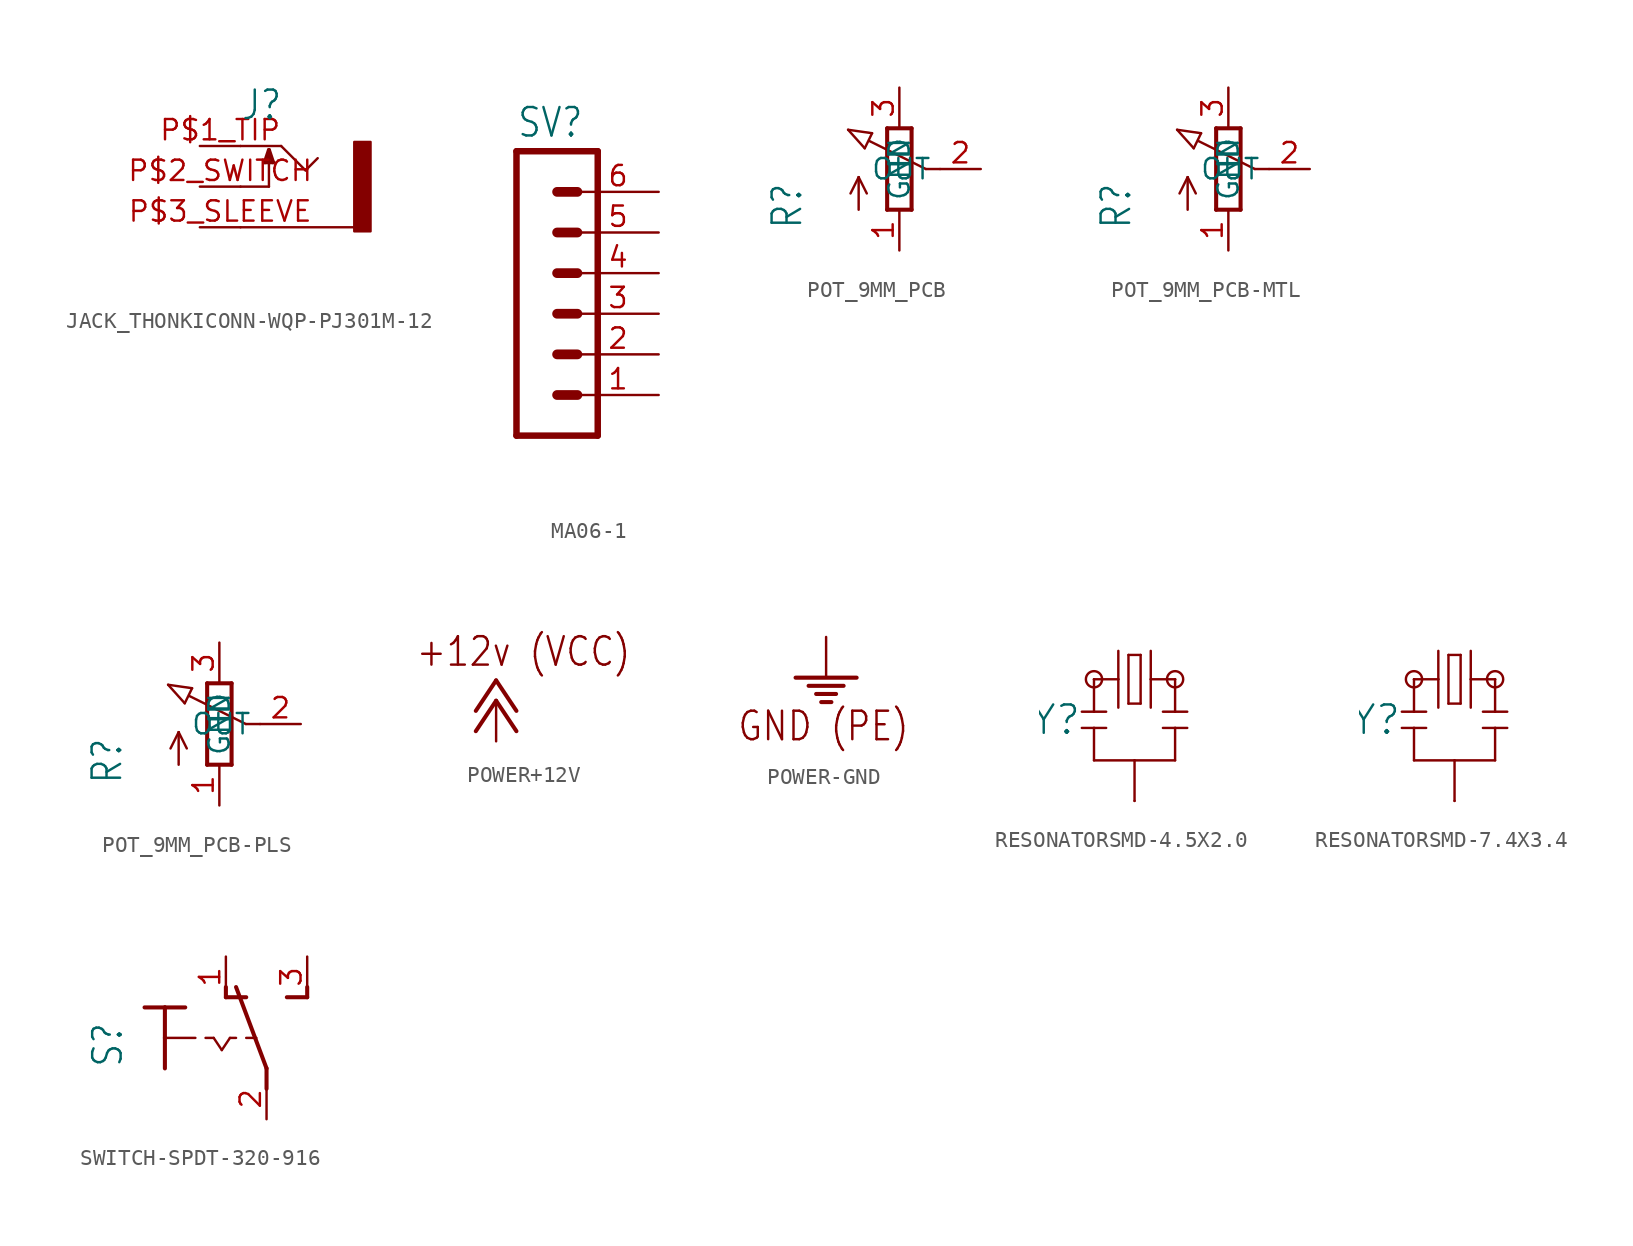
<source format=kicad_sym>
(kicad_symbol_lib
  (version 20231120)
  (generator "kicad_symbol_editor")
  (generator_version "8.0")
  (symbol "JACK_THONKICONN-WQP-PJ301M-12"
    (property "Reference" "J"
      (at -2.54 4.064 0)
      (effects (font (size 1.778 1.511)) (justify left bottom)))
    (property "Value" ""
      (at -2.54 -6.096 0)
      (effects (font (size 1.778 1.511)) (justify left bottom)))
    (property "ki_locked" ""
      (at 0 0 0)
      (effects (font (size 1.27 1.27))))
    (symbol "JACK_THONKICONN-WQP-PJ301M-12_1_0"
      (polyline (pts (xy -2.54 -2.54) (xy 4.572 -2.54)) (stroke (width 0.152) (type solid)) (fill (type none)))
      (polyline (pts (xy -2.54 0) (xy -0.762 0)) (stroke (width 0.152) (type solid)) (fill (type none)))
      (polyline (pts (xy -2.54 2.54) (xy 0 2.54)) (stroke (width 0.152) (type solid)) (fill (type none)))
      (polyline (pts (xy -1.016 1.524) (xy -0.508 1.524)) (stroke (width 0.254) (type solid)) (fill (type none)))
      (polyline (pts (xy -0.762 0) (xy -0.762 2.286)) (stroke (width 0.152) (type solid)) (fill (type none)))
      (polyline (pts (xy -0.762 2.286) (xy -1.016 1.524)) (stroke (width 0.254) (type solid)) (fill (type none)))
      (polyline (pts (xy -0.508 1.524) (xy -0.762 2.286)) (stroke (width 0.254) (type solid)) (fill (type none)))
      (polyline (pts (xy 0 2.54) (xy 1.524 1.016)) (stroke (width 0.152) (type solid)) (fill (type none)))
      (polyline (pts (xy 1.524 1.016) (xy 2.286 1.778)) (stroke (width 0.152) (type solid)) (fill (type none)))
      (rectangle (start 4.572 2.794) (end 5.588 -2.794) (stroke (width 0) (type default)) (fill (type outline)))
      (pin passive line (at -5.08 2.54 0) (length 2.54) (name "2" (effects (font (size 0 0)))) (number "P$1_TIP" (effects (font (size 1.27 1.27)))))
      (pin passive line (at -5.08 0 0) (length 2.54) (name "3" (effects (font (size 0 0)))) (number "P$2_SWITCH" (effects (font (size 1.27 1.27)))))
      (pin passive line (at -5.08 -2.54 0) (length 2.54) (name "1" (effects (font (size 0 0)))) (number "P$3_SLEEVE" (effects (font (size 1.27 1.27)))))))
  (symbol "MA06-1"
    (property "Reference" "SV"
      (at -1.27 8.382 0)
      (effects (font (size 1.778 1.511)) (justify left bottom)))
    (property "Value" ""
      (at -1.27 -12.7 0)
      (effects (font (size 1.778 1.511)) (justify left bottom)))
    (property "ki_locked" ""
      (at 0 0 0)
      (effects (font (size 1.27 1.27))))
    (symbol "MA06-1_1_0"
      (polyline (pts (xy -1.27 7.62) (xy -1.27 -10.16)) (stroke (width 0.406) (type solid)) (fill (type none)))
      (polyline (pts (xy -1.27 7.62) (xy 3.81 7.62)) (stroke (width 0.406) (type solid)) (fill (type none)))
      (polyline (pts (xy 1.27 -7.62) (xy 2.54 -7.62)) (stroke (width 0.61) (type solid)) (fill (type none)))
      (polyline (pts (xy 1.27 -5.08) (xy 2.54 -5.08)) (stroke (width 0.61) (type solid)) (fill (type none)))
      (polyline (pts (xy 1.27 -2.54) (xy 2.54 -2.54)) (stroke (width 0.61) (type solid)) (fill (type none)))
      (polyline (pts (xy 1.27 0) (xy 2.54 0)) (stroke (width 0.61) (type solid)) (fill (type none)))
      (polyline (pts (xy 1.27 2.54) (xy 2.54 2.54)) (stroke (width 0.61) (type solid)) (fill (type none)))
      (polyline (pts (xy 1.27 5.08) (xy 2.54 5.08)) (stroke (width 0.61) (type solid)) (fill (type none)))
      (polyline (pts (xy 3.81 -10.16) (xy -1.27 -10.16)) (stroke (width 0.406) (type solid)) (fill (type none)))
      (polyline (pts (xy 3.81 -10.16) (xy 3.81 7.62)) (stroke (width 0.406) (type solid)) (fill (type none)))
      (pin passive line (at 7.62 -7.62 180) (length 5.08) (name "1" (effects (font (size 0 0)))) (number "1" (effects (font (size 1.27 1.27)))))
      (pin passive line (at 7.62 -5.08 180) (length 5.08) (name "2" (effects (font (size 0 0)))) (number "2" (effects (font (size 1.27 1.27)))))
      (pin passive line (at 7.62 -2.54 180) (length 5.08) (name "3" (effects (font (size 0 0)))) (number "3" (effects (font (size 1.27 1.27)))))
      (pin passive line (at 7.62 0 180) (length 5.08) (name "4" (effects (font (size 0 0)))) (number "4" (effects (font (size 1.27 1.27)))))
      (pin passive line (at 7.62 2.54 180) (length 5.08) (name "5" (effects (font (size 0 0)))) (number "5" (effects (font (size 1.27 1.27)))))
      (pin passive line (at 7.62 5.08 180) (length 5.08) (name "6" (effects (font (size 0 0)))) (number "6" (effects (font (size 1.27 1.27)))))))
  (symbol "POT_9MM_PCB"
    (property "Reference" "R"
      (at -5.969 -3.81 90)
      (effects (font (size 1.778 1.511)) (justify left bottom)))
    (property "Value" ""
      (at -3.81 -3.81 90)
      (effects (font (size 1.778 1.511)) (justify left bottom)))
    (property "ki_locked" ""
      (at 0 0 0)
      (effects (font (size 1.27 1.27))))
    (symbol "POT_9MM_PCB_1_0"
      (polyline (pts (xy -3.199 2.45) (xy -1.702 2.235)) (stroke (width 0.152) (type solid)) (fill (type none)))
      (polyline (pts (xy -2.54 -2.54) (xy -2.54 -0.508)) (stroke (width 0.152) (type solid)) (fill (type none)))
      (polyline (pts (xy -2.54 -0.508) (xy -3.048 -1.524)) (stroke (width 0.152) (type solid)) (fill (type none)))
      (polyline (pts (xy -2.54 -0.508) (xy -2.032 -1.524)) (stroke (width 0.152) (type solid)) (fill (type none)))
      (polyline (pts (xy -2.16 1.294) (xy -3.199 2.45)) (stroke (width 0.152) (type solid)) (fill (type none)))
      (polyline (pts (xy -2.16 1.294) (xy -1.702 2.235)) (stroke (width 0.152) (type solid)) (fill (type none)))
      (polyline (pts (xy -0.762 -2.54) (xy 0.762 -2.54)) (stroke (width 0.254) (type solid)) (fill (type none)))
      (polyline (pts (xy -0.762 2.54) (xy -0.762 -2.54)) (stroke (width 0.254) (type solid)) (fill (type none)))
      (polyline (pts (xy 0.762 -2.54) (xy 0.762 2.54)) (stroke (width 0.254) (type solid)) (fill (type none)))
      (polyline (pts (xy 0.762 2.54) (xy -0.762 2.54)) (stroke (width 0.254) (type solid)) (fill (type none)))
      (polyline (pts (xy 1.651 0) (xy -1.88 1.753)) (stroke (width 0.152) (type solid)) (fill (type none)))
      (polyline (pts (xy 2.54 0) (xy 1.651 0)) (stroke (width 0.152) (type solid)) (fill (type none)))
      (pin passive line (at 0 -5.08 90) (length 2.54) (name "GND" (effects (font (size 1.27 1.27)))) (number "1" (effects (font (size 1.27 1.27)))))
      (pin passive line (at 5.08 0 180) (length 2.54) (name "OUT" (effects (font (size 1.27 1.27)))) (number "2" (effects (font (size 1.27 1.27)))))
      (pin passive line (at 0 5.08 270) (length 2.54) (name "IN" (effects (font (size 1.27 1.27)))) (number "3" (effects (font (size 1.27 1.27)))))))
  (symbol "POT_9MM_PCB-MTL"
    (property "Reference" "R"
      (at -5.969 -3.81 90)
      (effects (font (size 1.778 1.511)) (justify left bottom)))
    (property "Value" ""
      (at -3.81 -3.81 90)
      (effects (font (size 1.778 1.511)) (justify left bottom)))
    (property "ki_locked" ""
      (at 0 0 0)
      (effects (font (size 1.27 1.27))))
    (symbol "POT_9MM_PCB-MTL_1_0"
      (polyline (pts (xy -3.199 2.45) (xy -1.702 2.235)) (stroke (width 0.152) (type solid)) (fill (type none)))
      (polyline (pts (xy -2.54 -2.54) (xy -2.54 -0.508)) (stroke (width 0.152) (type solid)) (fill (type none)))
      (polyline (pts (xy -2.54 -0.508) (xy -3.048 -1.524)) (stroke (width 0.152) (type solid)) (fill (type none)))
      (polyline (pts (xy -2.54 -0.508) (xy -2.032 -1.524)) (stroke (width 0.152) (type solid)) (fill (type none)))
      (polyline (pts (xy -2.16 1.294) (xy -3.199 2.45)) (stroke (width 0.152) (type solid)) (fill (type none)))
      (polyline (pts (xy -2.16 1.294) (xy -1.702 2.235)) (stroke (width 0.152) (type solid)) (fill (type none)))
      (polyline (pts (xy -0.762 -2.54) (xy 0.762 -2.54)) (stroke (width 0.254) (type solid)) (fill (type none)))
      (polyline (pts (xy -0.762 2.54) (xy -0.762 -2.54)) (stroke (width 0.254) (type solid)) (fill (type none)))
      (polyline (pts (xy 0.762 -2.54) (xy 0.762 2.54)) (stroke (width 0.254) (type solid)) (fill (type none)))
      (polyline (pts (xy 0.762 2.54) (xy -0.762 2.54)) (stroke (width 0.254) (type solid)) (fill (type none)))
      (polyline (pts (xy 1.651 0) (xy -1.88 1.753)) (stroke (width 0.152) (type solid)) (fill (type none)))
      (polyline (pts (xy 2.54 0) (xy 1.651 0)) (stroke (width 0.152) (type solid)) (fill (type none)))
      (pin passive line (at 0 -5.08 90) (length 2.54) (name "GND" (effects (font (size 1.27 1.27)))) (number "1" (effects (font (size 1.27 1.27)))))
      (pin passive line (at 5.08 0 180) (length 2.54) (name "OUT" (effects (font (size 1.27 1.27)))) (number "2" (effects (font (size 1.27 1.27)))))
      (pin passive line (at 0 5.08 270) (length 2.54) (name "IN" (effects (font (size 1.27 1.27)))) (number "3" (effects (font (size 1.27 1.27)))))))
  (symbol "POT_9MM_PCB-PLS"
    (property "Reference" "R"
      (at -5.969 -3.81 90)
      (effects (font (size 1.778 1.511)) (justify left bottom)))
    (property "Value" ""
      (at -3.81 -3.81 90)
      (effects (font (size 1.778 1.511)) (justify left bottom)))
    (property "ki_locked" ""
      (at 0 0 0)
      (effects (font (size 1.27 1.27))))
    (symbol "POT_9MM_PCB-PLS_1_0"
      (polyline (pts (xy -3.199 2.45) (xy -1.702 2.235)) (stroke (width 0.152) (type solid)) (fill (type none)))
      (polyline (pts (xy -2.54 -2.54) (xy -2.54 -0.508)) (stroke (width 0.152) (type solid)) (fill (type none)))
      (polyline (pts (xy -2.54 -0.508) (xy -3.048 -1.524)) (stroke (width 0.152) (type solid)) (fill (type none)))
      (polyline (pts (xy -2.54 -0.508) (xy -2.032 -1.524)) (stroke (width 0.152) (type solid)) (fill (type none)))
      (polyline (pts (xy -2.16 1.294) (xy -3.199 2.45)) (stroke (width 0.152) (type solid)) (fill (type none)))
      (polyline (pts (xy -2.16 1.294) (xy -1.702 2.235)) (stroke (width 0.152) (type solid)) (fill (type none)))
      (polyline (pts (xy -0.762 -2.54) (xy 0.762 -2.54)) (stroke (width 0.254) (type solid)) (fill (type none)))
      (polyline (pts (xy -0.762 2.54) (xy -0.762 -2.54)) (stroke (width 0.254) (type solid)) (fill (type none)))
      (polyline (pts (xy 0.762 -2.54) (xy 0.762 2.54)) (stroke (width 0.254) (type solid)) (fill (type none)))
      (polyline (pts (xy 0.762 2.54) (xy -0.762 2.54)) (stroke (width 0.254) (type solid)) (fill (type none)))
      (polyline (pts (xy 1.651 0) (xy -1.88 1.753)) (stroke (width 0.152) (type solid)) (fill (type none)))
      (polyline (pts (xy 2.54 0) (xy 1.651 0)) (stroke (width 0.152) (type solid)) (fill (type none)))
      (pin passive line (at 0 -5.08 90) (length 2.54) (name "GND" (effects (font (size 1.27 1.27)))) (number "1" (effects (font (size 1.27 1.27)))))
      (pin passive line (at 5.08 0 180) (length 2.54) (name "OUT" (effects (font (size 1.27 1.27)))) (number "2" (effects (font (size 1.27 1.27)))))
      (pin passive line (at 0 5.08 270) (length 2.54) (name "IN" (effects (font (size 1.27 1.27)))) (number "3" (effects (font (size 1.27 1.27)))))))
  (symbol "POWER+12V"
    (power)
    (property "Reference" "#P+"
      (at 0 0 0)
      (effects (font (size 1.27 1.27)) (hide yes)))
    (property "ki_locked" ""
      (at 0 0 0)
      (effects (font (size 1.27 1.27))))
    (symbol "POWER+12V_1_0"
      (polyline (pts (xy 0 0) (xy -1.27 -1.905)) (stroke (width 0.254) (type solid)) (fill (type none)))
      (polyline (pts (xy 0 1.27) (xy -1.27 -0.635)) (stroke (width 0.254) (type solid)) (fill (type none)))
      (polyline (pts (xy 1.27 -1.905) (xy 0 0)) (stroke (width 0.254) (type solid)) (fill (type none)))
      (polyline (pts (xy 1.27 -0.635) (xy 0 1.27)) (stroke (width 0.254) (type solid)) (fill (type none)))
      (text "+12v (VCC)" (at -5.08 2.032 0) (effects (font (size 1.778 1.511)) (justify left bottom)))
      (pin power_in line (at 0 -2.54 90) (length 2.54) (name "+12V" (effects (font (size 0 0)))) (number "1" (effects (font (size 0 0)))))))
  (symbol "POWER-GND"
    (power)
    (property "Reference" "#GND"
      (at 0 0 0)
      (effects (font (size 1.27 1.27)) (hide yes)))
    (property "ki_locked" ""
      (at 0 0 0)
      (effects (font (size 1.27 1.27))))
    (symbol "POWER-GND_1_0"
      (polyline (pts (xy -1.905 0) (xy 1.905 0)) (stroke (width 0.254) (type solid)) (fill (type none)))
      (polyline (pts (xy -1.092 -0.508) (xy 1.092 -0.508)) (stroke (width 0.254) (type solid)) (fill (type none)))
      (polyline (pts (xy -0.622 -1.016) (xy 0.622 -1.016)) (stroke (width 0.254) (type solid)) (fill (type none)))
      (polyline (pts (xy -0.305 -1.524) (xy 0.33 -1.524)) (stroke (width 0.254) (type solid)) (fill (type none)))
      (text "GND (PE)" (at -5.588 -4.064 0) (effects (font (size 1.778 1.511)) (justify left bottom)))
      (pin power_in line (at 0 2.54 270) (length 2.54) (name "PE" (effects (font (size 0 0)))) (number "1" (effects (font (size 0 0)))))))
  (symbol "RESONATORSMD-4.5X2.0"
    (property "Reference" "Y"
      (at -3.302 -2.54 0)
      (effects (font (size 1.778 1.778)) (justify right)))
    (property "Value" ""
      (at 0 2.032 0)
      (effects (font (size 1.778 1.778)) (justify bottom)))
    (property "ki_locked" ""
      (at 0 0 0)
      (effects (font (size 1.27 1.27))))
    (symbol "RESONATORSMD-4.5X2.0_1_0"
      (circle (center -2.54 0) (radius 0.508) (stroke (width 0) (type solid)) (fill (type none)))
      (polyline (pts (xy -2.54 -3.048) (xy -3.302 -3.048)) (stroke (width 0.152) (type solid)) (fill (type none)))
      (polyline (pts (xy -2.54 -3.048) (xy -2.54 -5.08)) (stroke (width 0.152) (type solid)) (fill (type none)))
      (polyline (pts (xy -2.54 -2.032) (xy -3.302 -2.032)) (stroke (width 0.152) (type solid)) (fill (type none)))
      (polyline (pts (xy -2.54 -2.032) (xy -2.54 0)) (stroke (width 0.152) (type solid)) (fill (type none)))
      (polyline (pts (xy -2.54 0) (xy -1.016 0)) (stroke (width 0.152) (type solid)) (fill (type none)))
      (polyline (pts (xy -1.778 -3.048) (xy -2.54 -3.048)) (stroke (width 0.152) (type solid)) (fill (type none)))
      (polyline (pts (xy -1.778 -2.032) (xy -2.54 -2.032)) (stroke (width 0.152) (type solid)) (fill (type none)))
      (polyline (pts (xy -1.016 0) (xy -1.016 -1.778)) (stroke (width 0.152) (type solid)) (fill (type none)))
      (polyline (pts (xy -1.016 1.778) (xy -1.016 0)) (stroke (width 0.152) (type solid)) (fill (type none)))
      (polyline (pts (xy -0.381 -1.524) (xy 0.381 -1.524)) (stroke (width 0.152) (type solid)) (fill (type none)))
      (polyline (pts (xy -0.381 1.524) (xy -0.381 -1.524)) (stroke (width 0.152) (type solid)) (fill (type none)))
      (polyline (pts (xy 0 -5.08) (xy -2.54 -5.08)) (stroke (width 0.152) (type solid)) (fill (type none)))
      (polyline (pts (xy 0 -5.08) (xy 0 -7.62)) (stroke (width 0.152) (type solid)) (fill (type none)))
      (polyline (pts (xy 0.381 -1.524) (xy 0.381 1.524)) (stroke (width 0.152) (type solid)) (fill (type none)))
      (polyline (pts (xy 0.381 1.524) (xy -0.381 1.524)) (stroke (width 0.152) (type solid)) (fill (type none)))
      (polyline (pts (xy 1.016 0) (xy 1.016 -1.778)) (stroke (width 0.152) (type solid)) (fill (type none)))
      (polyline (pts (xy 1.016 0) (xy 2.54 0)) (stroke (width 0.152) (type solid)) (fill (type none)))
      (polyline (pts (xy 1.016 1.778) (xy 1.016 0)) (stroke (width 0.152) (type solid)) (fill (type none)))
      (polyline (pts (xy 2.54 -5.08) (xy 0 -5.08)) (stroke (width 0.152) (type solid)) (fill (type none)))
      (polyline (pts (xy 2.54 -3.048) (xy 1.778 -3.048)) (stroke (width 0.152) (type solid)) (fill (type none)))
      (polyline (pts (xy 2.54 -3.048) (xy 2.54 -5.08)) (stroke (width 0.152) (type solid)) (fill (type none)))
      (polyline (pts (xy 2.54 -2.032) (xy 1.778 -2.032)) (stroke (width 0.152) (type solid)) (fill (type none)))
      (polyline (pts (xy 2.54 0) (xy 2.54 -2.032)) (stroke (width 0.152) (type solid)) (fill (type none)))
      (polyline (pts (xy 3.302 -3.048) (xy 2.54 -3.048)) (stroke (width 0.152) (type solid)) (fill (type none)))
      (polyline (pts (xy 3.302 -2.032) (xy 2.54 -2.032)) (stroke (width 0.152) (type solid)) (fill (type none)))
      (circle (center 2.54 0) (radius 0.508) (stroke (width 0) (type solid)) (fill (type none)))
      (pin passive line (at -2.54 0 0) (length 0) (name "1" (effects (font (size 0 0)))) (number "1" (effects (font (size 0 0)))))
      (pin passive line (at 0 -7.62 90) (length 0) (name "2" (effects (font (size 0 0)))) (number "2" (effects (font (size 0 0)))))
      (pin passive line (at 2.54 0 180) (length 0) (name "3" (effects (font (size 0 0)))) (number "3" (effects (font (size 0 0)))))))
  (symbol "RESONATORSMD-7.4X3.4"
    (property "Reference" "Y"
      (at -3.302 -2.54 0)
      (effects (font (size 1.778 1.778)) (justify right)))
    (property "Value" ""
      (at 0 2.032 0)
      (effects (font (size 1.778 1.778)) (justify bottom)))
    (property "ki_locked" ""
      (at 0 0 0)
      (effects (font (size 1.27 1.27))))
    (symbol "RESONATORSMD-7.4X3.4_1_0"
      (circle (center -2.54 0) (radius 0.508) (stroke (width 0) (type solid)) (fill (type none)))
      (polyline (pts (xy -2.54 -3.048) (xy -3.302 -3.048)) (stroke (width 0.152) (type solid)) (fill (type none)))
      (polyline (pts (xy -2.54 -3.048) (xy -2.54 -5.08)) (stroke (width 0.152) (type solid)) (fill (type none)))
      (polyline (pts (xy -2.54 -2.032) (xy -3.302 -2.032)) (stroke (width 0.152) (type solid)) (fill (type none)))
      (polyline (pts (xy -2.54 -2.032) (xy -2.54 0)) (stroke (width 0.152) (type solid)) (fill (type none)))
      (polyline (pts (xy -2.54 0) (xy -1.016 0)) (stroke (width 0.152) (type solid)) (fill (type none)))
      (polyline (pts (xy -1.778 -3.048) (xy -2.54 -3.048)) (stroke (width 0.152) (type solid)) (fill (type none)))
      (polyline (pts (xy -1.778 -2.032) (xy -2.54 -2.032)) (stroke (width 0.152) (type solid)) (fill (type none)))
      (polyline (pts (xy -1.016 0) (xy -1.016 -1.778)) (stroke (width 0.152) (type solid)) (fill (type none)))
      (polyline (pts (xy -1.016 1.778) (xy -1.016 0)) (stroke (width 0.152) (type solid)) (fill (type none)))
      (polyline (pts (xy -0.381 -1.524) (xy 0.381 -1.524)) (stroke (width 0.152) (type solid)) (fill (type none)))
      (polyline (pts (xy -0.381 1.524) (xy -0.381 -1.524)) (stroke (width 0.152) (type solid)) (fill (type none)))
      (polyline (pts (xy 0 -5.08) (xy -2.54 -5.08)) (stroke (width 0.152) (type solid)) (fill (type none)))
      (polyline (pts (xy 0 -5.08) (xy 0 -7.62)) (stroke (width 0.152) (type solid)) (fill (type none)))
      (polyline (pts (xy 0.381 -1.524) (xy 0.381 1.524)) (stroke (width 0.152) (type solid)) (fill (type none)))
      (polyline (pts (xy 0.381 1.524) (xy -0.381 1.524)) (stroke (width 0.152) (type solid)) (fill (type none)))
      (polyline (pts (xy 1.016 0) (xy 1.016 -1.778)) (stroke (width 0.152) (type solid)) (fill (type none)))
      (polyline (pts (xy 1.016 0) (xy 2.54 0)) (stroke (width 0.152) (type solid)) (fill (type none)))
      (polyline (pts (xy 1.016 1.778) (xy 1.016 0)) (stroke (width 0.152) (type solid)) (fill (type none)))
      (polyline (pts (xy 2.54 -5.08) (xy 0 -5.08)) (stroke (width 0.152) (type solid)) (fill (type none)))
      (polyline (pts (xy 2.54 -3.048) (xy 1.778 -3.048)) (stroke (width 0.152) (type solid)) (fill (type none)))
      (polyline (pts (xy 2.54 -3.048) (xy 2.54 -5.08)) (stroke (width 0.152) (type solid)) (fill (type none)))
      (polyline (pts (xy 2.54 -2.032) (xy 1.778 -2.032)) (stroke (width 0.152) (type solid)) (fill (type none)))
      (polyline (pts (xy 2.54 0) (xy 2.54 -2.032)) (stroke (width 0.152) (type solid)) (fill (type none)))
      (polyline (pts (xy 3.302 -3.048) (xy 2.54 -3.048)) (stroke (width 0.152) (type solid)) (fill (type none)))
      (polyline (pts (xy 3.302 -2.032) (xy 2.54 -2.032)) (stroke (width 0.152) (type solid)) (fill (type none)))
      (circle (center 2.54 0) (radius 0.508) (stroke (width 0) (type solid)) (fill (type none)))
      (pin passive line (at -2.54 0 0) (length 0) (name "1" (effects (font (size 0 0)))) (number "1" (effects (font (size 0 0)))))
      (pin passive line (at 0 -7.62 90) (length 0) (name "2" (effects (font (size 0 0)))) (number "2" (effects (font (size 0 0)))))
      (pin passive line (at 2.54 0 180) (length 0) (name "3" (effects (font (size 0 0)))) (number "3" (effects (font (size 0 0)))))))
  (symbol "SWITCH-SPDT-320-916"
    (property "Reference" "S"
      (at -6.35 -1.905 90)
      (effects (font (size 1.778 1.511)) (justify left bottom)))
    (property "Value" ""
      (at -3.81 2.54 90)
      (effects (font (size 1.778 1.511)) (justify left bottom)))
    (property "ki_locked" ""
      (at 0 0 0)
      (effects (font (size 1.27 1.27))))
    (symbol "SWITCH-SPDT-320-916_1_0"
      (polyline (pts (xy -5.08 1.905) (xy -3.81 1.905)) (stroke (width 0.254) (type solid)) (fill (type none)))
      (polyline (pts (xy -3.81 0) (xy -3.81 -1.905)) (stroke (width 0.254) (type solid)) (fill (type none)))
      (polyline (pts (xy -3.81 0) (xy -1.905 0)) (stroke (width 0.152) (type solid)) (fill (type none)))
      (polyline (pts (xy -3.81 1.905) (xy -3.81 0)) (stroke (width 0.254) (type solid)) (fill (type none)))
      (polyline (pts (xy -3.81 1.905) (xy -2.54 1.905)) (stroke (width 0.254) (type solid)) (fill (type none)))
      (polyline (pts (xy -1.27 0) (xy -0.762 0)) (stroke (width 0.152) (type solid)) (fill (type none)))
      (polyline (pts (xy -0.762 0) (xy -0.254 -0.762)) (stroke (width 0.152) (type solid)) (fill (type none)))
      (polyline (pts (xy -0.254 -0.762) (xy 0.254 0)) (stroke (width 0.152) (type solid)) (fill (type none)))
      (polyline (pts (xy 0 2.54) (xy 0 3.175)) (stroke (width 0.254) (type solid)) (fill (type none)))
      (polyline (pts (xy 0 2.54) (xy 1.27 2.54)) (stroke (width 0.254) (type solid)) (fill (type none)))
      (polyline (pts (xy 0.254 0) (xy 0.635 0)) (stroke (width 0.152) (type solid)) (fill (type none)))
      (polyline (pts (xy 1.27 0) (xy 1.905 0)) (stroke (width 0.152) (type solid)) (fill (type none)))
      (polyline (pts (xy 2.54 -3.175) (xy 2.54 -1.905)) (stroke (width 0.254) (type solid)) (fill (type none)))
      (polyline (pts (xy 2.54 -1.905) (xy 0.635 3.175)) (stroke (width 0.254) (type solid)) (fill (type none)))
      (polyline (pts (xy 3.81 2.54) (xy 5.08 2.54)) (stroke (width 0.254) (type solid)) (fill (type none)))
      (polyline (pts (xy 5.08 2.54) (xy 5.08 3.175)) (stroke (width 0.254) (type solid)) (fill (type none)))
      (pin passive line (at 0 5.08 270) (length 2.54) (name "O" (effects (font (size 0 0)))) (number "1" (effects (font (size 1.27 1.27)))))
      (pin passive line (at 2.54 -5.08 90) (length 2.54) (name "P" (effects (font (size 0 0)))) (number "2" (effects (font (size 1.27 1.27)))))
      (pin passive line (at 5.08 5.08 270) (length 2.54) (name "S" (effects (font (size 0 0)))) (number "3" (effects (font (size 1.27 1.27))))))))
</source>
